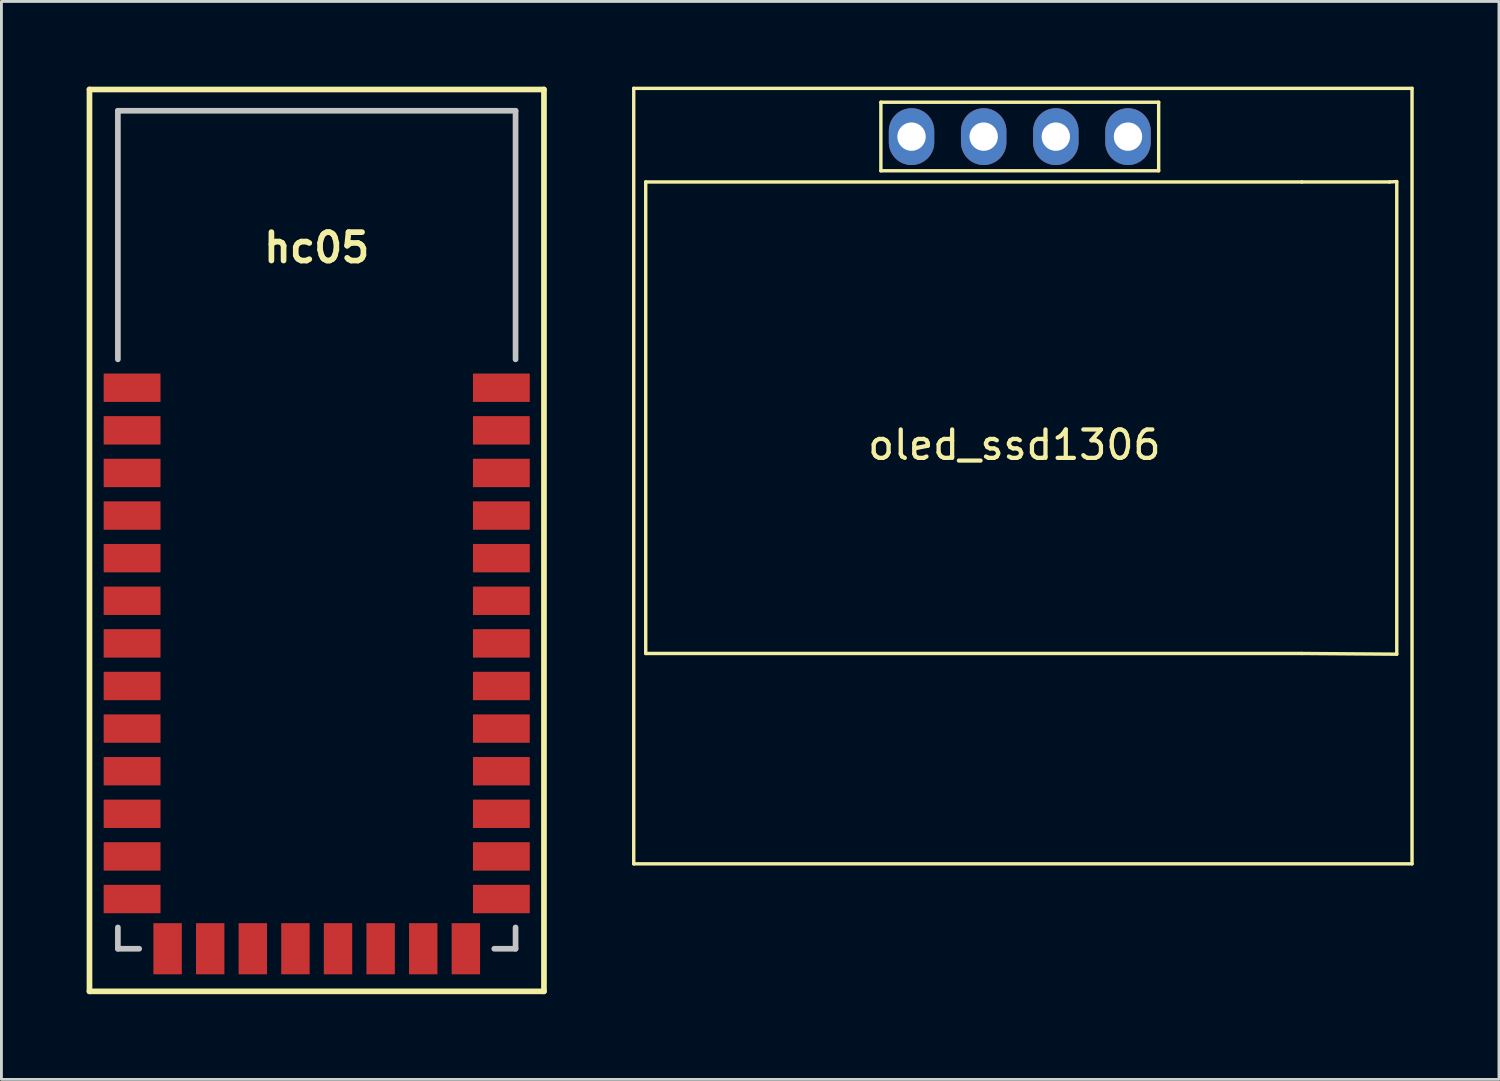
<source format=kicad_pcb>
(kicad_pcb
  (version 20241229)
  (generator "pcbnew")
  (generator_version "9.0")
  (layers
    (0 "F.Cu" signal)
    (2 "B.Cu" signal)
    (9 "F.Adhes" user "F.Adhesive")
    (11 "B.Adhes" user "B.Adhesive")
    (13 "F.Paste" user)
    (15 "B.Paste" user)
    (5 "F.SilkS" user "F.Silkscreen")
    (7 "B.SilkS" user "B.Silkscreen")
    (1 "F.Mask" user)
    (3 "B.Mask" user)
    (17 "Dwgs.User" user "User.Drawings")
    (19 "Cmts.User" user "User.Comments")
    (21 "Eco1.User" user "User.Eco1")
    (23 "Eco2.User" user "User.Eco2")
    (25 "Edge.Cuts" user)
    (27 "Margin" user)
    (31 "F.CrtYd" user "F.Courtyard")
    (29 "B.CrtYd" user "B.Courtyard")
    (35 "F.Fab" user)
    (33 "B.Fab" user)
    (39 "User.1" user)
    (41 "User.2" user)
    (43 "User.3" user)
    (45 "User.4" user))
  (footprint "hc05"
    (layer "F.Cu")
    (at 8.1 17.1)
    (property "Reference" "hc05" (at 0 -11.43 0) (layer "F.SilkS") (effects (font (size 1 1) (thickness 0.2))))
    (attr through_hole)
    (fp_line (start -8 -17) (end 8 -17) (stroke (width 0.2) (type solid)) (layer "F.SilkS"))
    (fp_line (start -8 14.75) (end -8 -17) (stroke (width 0.2) (type solid)) (layer "F.SilkS"))
    (fp_line (start 8 -17) (end 8 14.75) (stroke (width 0.2) (type solid)) (layer "F.SilkS"))
    (fp_line (start 8 14.75) (end -8 14.75) (stroke (width 0.2) (type solid)) (layer "F.SilkS"))
    (fp_line (start -7 -7.5) (end -7 -16.25) (stroke (width 0.2) (type solid)) (layer "Dwgs.User"))
    (fp_line (start -7 13.25) (end -7 12.5) (stroke (width 0.2) (type solid)) (layer "Dwgs.User"))
    (fp_line (start -7 13.25) (end -6.25 13.25) (stroke (width 0.2) (type solid)) (layer "Dwgs.User"))
    (fp_line (start 7 -16.25) (end -7 -16.25) (stroke (width 0.2) (type solid)) (layer "Dwgs.User"))
    (fp_line (start 7 -16.25) (end 7 -7.5) (stroke (width 0.2) (type solid)) (layer "Dwgs.User"))
    (fp_line (start 7 13.25) (end 6.25 13.25) (stroke (width 0.2) (type solid)) (layer "Dwgs.User"))
    (fp_line (start 7 13.25) (end 7 12.5) (stroke (width 0.2) (type solid)) (layer "Dwgs.User"))
    (pad "1" smd rect (at -6.5 -6.5 90) (size 1 2) (layers "F.Cu" "F.Mask" "F.Paste"))
    (pad "2" smd rect (at -6.5 -5 90) (size 1 2) (layers "F.Cu" "F.Mask" "F.Paste"))
    (pad "3" smd rect (at -6.5 -3.5 90) (size 1 2) (layers "F.Cu" "F.Mask" "F.Paste"))
    (pad "4" smd rect (at -6.5 -2 90) (size 1 2) (layers "F.Cu" "F.Mask" "F.Paste"))
    (pad "5" smd rect (at -6.5 -0.5 90) (size 1 2) (layers "F.Cu" "F.Mask" "F.Paste"))
    (pad "6" smd rect (at -6.5 1 90) (size 1 2) (layers "F.Cu" "F.Mask" "F.Paste"))
    (pad "7" smd rect (at -6.5 2.5 90) (size 1 2) (layers "F.Cu" "F.Mask" "F.Paste"))
    (pad "8" smd rect (at -6.5 4 90) (size 1 2) (layers "F.Cu" "F.Mask" "F.Paste"))
    (pad "9" smd rect (at -6.5 5.5 90) (size 1 2) (layers "F.Cu" "F.Mask" "F.Paste"))
    (pad "10" smd rect (at -6.5 7 90) (size 1 2) (layers "F.Cu" "F.Mask" "F.Paste"))
    (pad "11" smd rect (at -6.5 8.5 90) (size 1 2) (layers "F.Cu" "F.Mask" "F.Paste"))
    (pad "12" smd rect (at -6.5 10 90) (size 1 2) (layers "F.Cu" "F.Mask" "F.Paste"))
    (pad "13" smd rect (at -6.5 11.5 90) (size 1 2) (layers "F.Cu" "F.Mask" "F.Paste"))
    (pad "14" smd rect (at -5.25 13.25) (size 1 1.8) (layers "F.Cu" "F.Mask" "F.Paste"))
    (pad "15" smd rect (at -3.75 13.25) (size 1 1.8) (layers "F.Cu" "F.Mask" "F.Paste"))
    (pad "16" smd rect (at -2.25 13.25) (size 1 1.8) (layers "F.Cu" "F.Mask" "F.Paste"))
    (pad "17" smd rect (at -0.75 13.25) (size 1 1.8) (layers "F.Cu" "F.Mask" "F.Paste"))
    (pad "18" smd rect (at 0.75 13.25) (size 1 1.8) (layers "F.Cu" "F.Mask" "F.Paste"))
    (pad "19" smd rect (at 2.25 13.25) (size 1 1.8) (layers "F.Cu" "F.Mask" "F.Paste"))
    (pad "20" smd rect (at 3.75 13.25) (size 1 1.8) (layers "F.Cu" "F.Mask" "F.Paste"))
    (pad "21" smd rect (at 5.25 13.25) (size 1 1.8) (layers "F.Cu" "F.Mask" "F.Paste"))
    (pad "22" smd rect (at 6.5 11.5) (size 2 1) (layers "F.Cu" "F.Mask" "F.Paste"))
    (pad "23" smd rect (at 6.5 10) (size 2 1) (layers "F.Cu" "F.Mask" "F.Paste"))
    (pad "24" smd rect (at 6.5 8.5) (size 2 1) (layers "F.Cu" "F.Mask" "F.Paste"))
    (pad "25" smd rect (at 6.5 7) (size 2 1) (layers "F.Cu" "F.Mask" "F.Paste"))
    (pad "26" smd rect (at 6.5 5.5) (size 2 1) (layers "F.Cu" "F.Mask" "F.Paste"))
    (pad "27" smd rect (at 6.5 4) (size 2 1) (layers "F.Cu" "F.Mask" "F.Paste"))
    (pad "28" smd rect (at 6.5 2.5) (size 2 1) (layers "F.Cu" "F.Mask" "F.Paste"))
    (pad "29" smd rect (at 6.5 1) (size 2 1) (layers "F.Cu" "F.Mask" "F.Paste"))
    (pad "30" smd rect (at 6.5 -0.5) (size 2 1) (layers "F.Cu" "F.Mask" "F.Paste"))
    (pad "31" smd rect (at 6.5 -2) (size 2 1) (layers "F.Cu" "F.Mask" "F.Paste"))
    (pad "32" smd rect (at 6.5 -3.5) (size 2 1) (layers "F.Cu" "F.Mask" "F.Paste"))
    (pad "33" smd rect (at 6.5 -5) (size 2 1) (layers "F.Cu" "F.Mask" "F.Paste"))
    (pad "34" smd rect (at 6.5 -6.5) (size 2 1) (layers "F.Cu" "F.Mask" "F.Paste")))
  (footprint "oled_ssd1306"
    (layer "F.Cu")
    (at 32.66 12.36)
    (property "Reference" "oled_ssd1306" (at 0 0.254 0) (layer "F.SilkS") (effects (font (size 1 1) (thickness 0.15))))
    (attr through_hole)
    (fp_line (start -13.4 -12.3) (end 14 -12.3) (stroke (width 0.12) (type solid)) (layer "F.SilkS"))
    (fp_line (start -13.4 15) (end -13.4 -12.3) (stroke (width 0.12) (type solid)) (layer "F.SilkS"))
    (fp_line (start -12.978 -9.005) (end 10.122 -9.005) (stroke (width 0.12) (type solid)) (layer "F.SilkS"))
    (fp_line (start -12.978 7.595) (end -12.978 -9.005) (stroke (width 0.12) (type solid)) (layer "F.SilkS"))
    (fp_line (start -4.699 -11.811) (end -4.699 -9.398) (stroke (width 0.12) (type solid)) (layer "F.SilkS"))
    (fp_line (start -4.699 -11.811) (end 5.08 -11.811) (stroke (width 0.12) (type solid)) (layer "F.SilkS"))
    (fp_line (start 5.08 -11.811) (end 5.08 -9.398) (stroke (width 0.12) (type solid)) (layer "F.SilkS"))
    (fp_line (start 5.08 -9.398) (end -4.699 -9.398) (stroke (width 0.12) (type solid)) (layer "F.SilkS"))
    (fp_line (start 10.122 -9.005) (end 13.208 -9.005) (stroke (width 0.12) (type solid)) (layer "F.SilkS"))
    (fp_line (start 10.122 7.595) (end -12.978 7.595) (stroke (width 0.12) (type solid)) (layer "F.SilkS"))
    (fp_line (start 10.122 7.595) (end 13.462 7.62) (stroke (width 0.12) (type solid)) (layer "F.SilkS"))
    (fp_line (start 13.462 -9.017) (end 13.208 -9.005) (stroke (width 0.12) (type solid)) (layer "F.SilkS"))
    (fp_line (start 13.462 7.62) (end 13.462 -9.017) (stroke (width 0.12) (type solid)) (layer "F.SilkS"))
    (fp_line (start 14 -12.3) (end 14 15) (stroke (width 0.12) (type solid)) (layer "F.SilkS"))
    (fp_line (start 14 15) (end -13.4 15) (stroke (width 0.12) (type solid)) (layer "F.SilkS"))
    (pad "1" thru_hole oval (at -3.62 -10.6 90) (size 2 1.6) (drill 1) (layers "*.Cu" "*.Mask"))
    (pad "2" thru_hole oval (at -1.08 -10.6 90) (size 2 1.6) (drill 1) (layers "*.Cu" "*.Mask"))
    (pad "3" thru_hole oval (at 1.46 -10.6 90) (size 2 1.6) (drill 1) (layers "*.Cu" "*.Mask"))
    (pad "4" thru_hole oval (at 4 -10.6 90) (size 2 1.6) (drill 1) (layers "*.Cu" "*.Mask")))
  (gr_rect
    (start -3 -3)
    (end 49.72 34.95)
    (stroke (width 0.1) (type default))
    (fill no)
    (layer "Edge.Cuts")))
</source>
